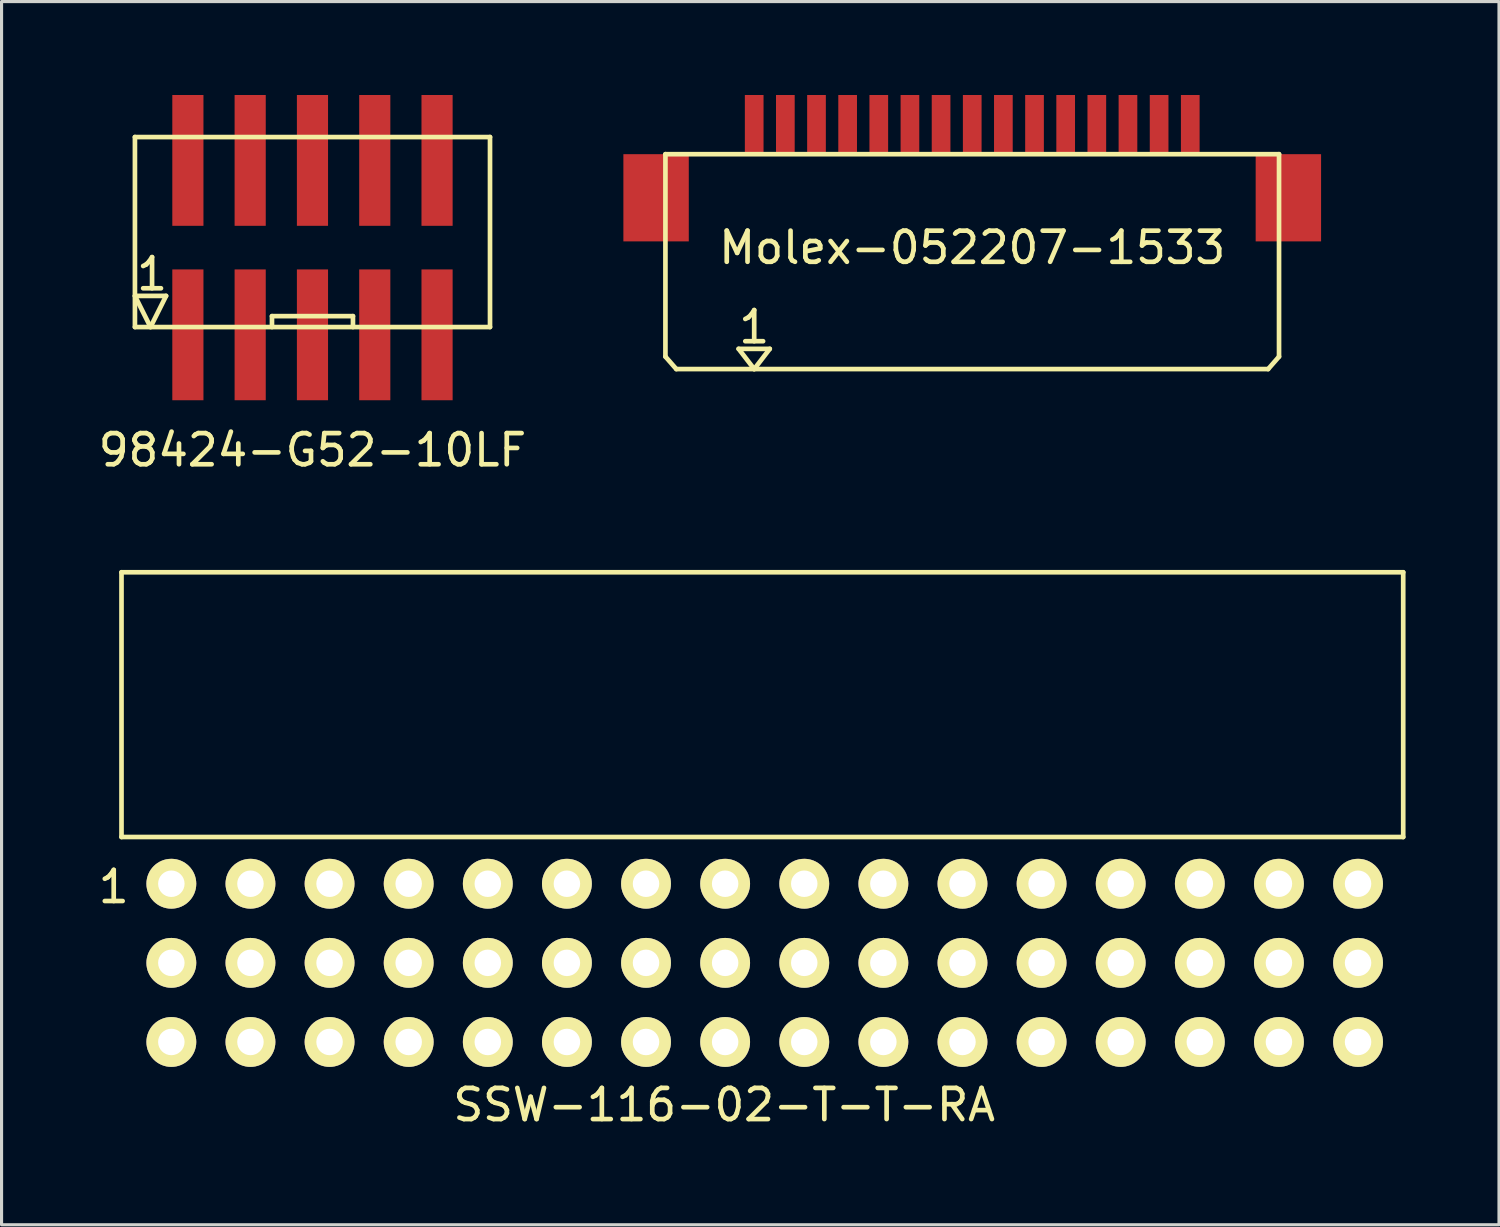
<source format=kicad_pcb>
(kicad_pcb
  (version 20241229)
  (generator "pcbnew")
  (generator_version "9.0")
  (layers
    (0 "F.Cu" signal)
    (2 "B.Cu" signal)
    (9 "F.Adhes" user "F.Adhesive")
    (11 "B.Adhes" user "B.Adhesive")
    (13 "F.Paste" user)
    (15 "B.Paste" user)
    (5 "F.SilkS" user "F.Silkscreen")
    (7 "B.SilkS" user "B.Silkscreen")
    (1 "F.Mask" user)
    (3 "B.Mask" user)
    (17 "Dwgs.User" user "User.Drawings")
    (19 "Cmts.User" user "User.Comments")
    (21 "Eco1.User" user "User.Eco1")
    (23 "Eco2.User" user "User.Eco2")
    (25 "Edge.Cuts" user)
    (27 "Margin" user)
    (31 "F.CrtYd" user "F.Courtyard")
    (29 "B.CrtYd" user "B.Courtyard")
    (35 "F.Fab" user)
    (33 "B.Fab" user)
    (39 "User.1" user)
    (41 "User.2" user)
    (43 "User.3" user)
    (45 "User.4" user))
  (footprint "SSW-116-02-T-T-RA"
    (layer "F.Cu")
    (at 20.201 27.923)
    (property "Reference" "SSW-116-02-T-T-RA" (at 0 4.5 0) (layer "F.SilkS") (effects (font (size 1 1) (thickness 0.15))))
    (attr through_hole)
    (fp_line (start -19.35 -12.6) (end 21.8 -12.6) (stroke (width 0.15) (type solid)) (layer "F.SilkS"))
    (fp_line (start -19.35 -4.1) (end -19.35 -12.6) (stroke (width 0.15) (type solid)) (layer "F.SilkS"))
    (fp_line (start -19.35 -4.1) (end 21.8 -4.1) (stroke (width 0.15) (type solid)) (layer "F.SilkS"))
    (fp_line (start 21.8 -4.1) (end 21.8 -12.6) (stroke (width 0.15) (type solid)) (layer "F.SilkS"))
    (fp_text user "1" (at -19.6 -2.5 0) (layer "F.SilkS") (effects (font (size 1 1) (thickness 0.15))))
    (pad "1" thru_hole circle (at -17.75 -2.6) (size 1.6 1.6) (drill 0.85) (layers "*.Cu" "*.Mask" "F.SilkS"))
    (pad "2" thru_hole circle (at -15.21 -2.6) (size 1.6 1.6) (drill 0.85) (layers "*.Cu" "*.Mask" "F.SilkS"))
    (pad "3" thru_hole circle (at -12.67 -2.6) (size 1.6 1.6) (drill 0.85) (layers "*.Cu" "*.Mask" "F.SilkS"))
    (pad "4" thru_hole circle (at -10.13 -2.6) (size 1.6 1.6) (drill 0.85) (layers "*.Cu" "*.Mask" "F.SilkS"))
    (pad "5" thru_hole circle (at -7.59 -2.6) (size 1.6 1.6) (drill 0.85) (layers "*.Cu" "*.Mask" "F.SilkS"))
    (pad "6" thru_hole circle (at -5.05 -2.6) (size 1.6 1.6) (drill 0.85) (layers "*.Cu" "*.Mask" "F.SilkS"))
    (pad "7" thru_hole circle (at -2.51 -2.6) (size 1.6 1.6) (drill 0.85) (layers "*.Cu" "*.Mask" "F.SilkS"))
    (pad "8" thru_hole circle (at 0.03 -2.6) (size 1.6 1.6) (drill 0.85) (layers "*.Cu" "*.Mask" "F.SilkS"))
    (pad "9" thru_hole circle (at 2.57 -2.6) (size 1.6 1.6) (drill 0.85) (layers "*.Cu" "*.Mask" "F.SilkS"))
    (pad "10" thru_hole circle (at 5.11 -2.6) (size 1.6 1.6) (drill 0.85) (layers "*.Cu" "*.Mask" "F.SilkS"))
    (pad "11" thru_hole circle (at 7.65 -2.6) (size 1.6 1.6) (drill 0.85) (layers "*.Cu" "*.Mask" "F.SilkS"))
    (pad "12" thru_hole circle (at 10.19 -2.6) (size 1.6 1.6) (drill 0.85) (layers "*.Cu" "*.Mask" "F.SilkS"))
    (pad "13" thru_hole circle (at 12.73 -2.6) (size 1.6 1.6) (drill 0.85) (layers "*.Cu" "*.Mask" "F.SilkS"))
    (pad "14" thru_hole circle (at 15.27 -2.6) (size 1.6 1.6) (drill 0.85) (layers "*.Cu" "*.Mask" "F.SilkS"))
    (pad "15" thru_hole circle (at 17.81 -2.6) (size 1.6 1.6) (drill 0.85) (layers "*.Cu" "*.Mask" "F.SilkS"))
    (pad "16" thru_hole circle (at 20.35 -2.6) (size 1.6 1.6) (drill 0.85) (layers "*.Cu" "*.Mask" "F.SilkS"))
    (pad "17" thru_hole circle (at -17.75 -0.06) (size 1.6 1.6) (drill 0.85) (layers "*.Cu" "*.Mask" "F.SilkS"))
    (pad "18" thru_hole circle (at -15.21 -0.06) (size 1.6 1.6) (drill 0.85) (layers "*.Cu" "*.Mask" "F.SilkS"))
    (pad "19" thru_hole circle (at -12.67 -0.06) (size 1.6 1.6) (drill 0.85) (layers "*.Cu" "*.Mask" "F.SilkS"))
    (pad "20" thru_hole circle (at -10.13 -0.06) (size 1.6 1.6) (drill 0.85) (layers "*.Cu" "*.Mask" "F.SilkS"))
    (pad "21" thru_hole circle (at -7.59 -0.06) (size 1.6 1.6) (drill 0.85) (layers "*.Cu" "*.Mask" "F.SilkS"))
    (pad "22" thru_hole circle (at -5.05 -0.06) (size 1.6 1.6) (drill 0.85) (layers "*.Cu" "*.Mask" "F.SilkS"))
    (pad "23" thru_hole circle (at -2.51 -0.06) (size 1.6 1.6) (drill 0.85) (layers "*.Cu" "*.Mask" "F.SilkS"))
    (pad "24" thru_hole circle (at 0.03 -0.06) (size 1.6 1.6) (drill 0.85) (layers "*.Cu" "*.Mask" "F.SilkS"))
    (pad "25" thru_hole circle (at 2.57 -0.06) (size 1.6 1.6) (drill 0.85) (layers "*.Cu" "*.Mask" "F.SilkS"))
    (pad "26" thru_hole circle (at 5.11 -0.06) (size 1.6 1.6) (drill 0.85) (layers "*.Cu" "*.Mask" "F.SilkS"))
    (pad "27" thru_hole circle (at 7.65 -0.06) (size 1.6 1.6) (drill 0.85) (layers "*.Cu" "*.Mask" "F.SilkS"))
    (pad "28" thru_hole circle (at 10.19 -0.06) (size 1.6 1.6) (drill 0.85) (layers "*.Cu" "*.Mask" "F.SilkS"))
    (pad "29" thru_hole circle (at 12.73 -0.06) (size 1.6 1.6) (drill 0.85) (layers "*.Cu" "*.Mask" "F.SilkS"))
    (pad "30" thru_hole circle (at 15.27 -0.06) (size 1.6 1.6) (drill 0.85) (layers "*.Cu" "*.Mask" "F.SilkS"))
    (pad "31" thru_hole circle (at 17.81 -0.06) (size 1.6 1.6) (drill 0.85) (layers "*.Cu" "*.Mask" "F.SilkS"))
    (pad "32" thru_hole circle (at 20.35 -0.06) (size 1.6 1.6) (drill 0.85) (layers "*.Cu" "*.Mask" "F.SilkS"))
    (pad "33" thru_hole circle (at -17.75 2.48) (size 1.6 1.6) (drill 0.85) (layers "*.Cu" "*.Mask" "F.SilkS"))
    (pad "34" thru_hole circle (at -15.21 2.48) (size 1.6 1.6) (drill 0.85) (layers "*.Cu" "*.Mask" "F.SilkS"))
    (pad "35" thru_hole circle (at -12.67 2.48) (size 1.6 1.6) (drill 0.85) (layers "*.Cu" "*.Mask" "F.SilkS"))
    (pad "36" thru_hole circle (at -10.13 2.48) (size 1.6 1.6) (drill 0.85) (layers "*.Cu" "*.Mask" "F.SilkS"))
    (pad "37" thru_hole circle (at -7.59 2.48) (size 1.6 1.6) (drill 0.85) (layers "*.Cu" "*.Mask" "F.SilkS"))
    (pad "38" thru_hole circle (at -5.05 2.48) (size 1.6 1.6) (drill 0.85) (layers "*.Cu" "*.Mask" "F.SilkS"))
    (pad "39" thru_hole circle (at -2.51 2.48) (size 1.6 1.6) (drill 0.85) (layers "*.Cu" "*.Mask" "F.SilkS"))
    (pad "40" thru_hole circle (at 0.03 2.48) (size 1.6 1.6) (drill 0.85) (layers "*.Cu" "*.Mask" "F.SilkS"))
    (pad "41" thru_hole circle (at 2.57 2.48) (size 1.6 1.6) (drill 0.85) (layers "*.Cu" "*.Mask" "F.SilkS"))
    (pad "42" thru_hole circle (at 5.11 2.48) (size 1.6 1.6) (drill 0.85) (layers "*.Cu" "*.Mask" "F.SilkS"))
    (pad "43" thru_hole circle (at 7.65 2.48) (size 1.6 1.6) (drill 0.85) (layers "*.Cu" "*.Mask" "F.SilkS"))
    (pad "44" thru_hole circle (at 10.19 2.48) (size 1.6 1.6) (drill 0.85) (layers "*.Cu" "*.Mask" "F.SilkS"))
    (pad "45" thru_hole circle (at 12.73 2.48) (size 1.6 1.6) (drill 0.85) (layers "*.Cu" "*.Mask" "F.SilkS"))
    (pad "46" thru_hole circle (at 15.27 2.48) (size 1.6 1.6) (drill 0.85) (layers "*.Cu" "*.Mask" "F.SilkS"))
    (pad "47" thru_hole circle (at 17.81 2.48) (size 1.6 1.6) (drill 0.85) (layers "*.Cu" "*.Mask" "F.SilkS"))
    (pad "48" thru_hole circle (at 20.35 2.48) (size 1.6 1.6) (drill 0.85) (layers "*.Cu" "*.Mask" "F.SilkS")))
  (footprint "Molex-052207-1533"
    (layer "F.Cu")
    (at 28.164 1.9)
    (property "Reference" "Molex-052207-1533" (at 0 3 0) (layer "F.SilkS") (effects (font (size 1 1) (thickness 0.15))))
    (attr through_hole)
    (fp_line (start -9.85 0) (end 9.85 0) (stroke (width 0.15) (type solid)) (layer "F.SilkS"))
    (fp_line (start -9.85 6.5) (end -9.85 0) (stroke (width 0.15) (type solid)) (layer "F.SilkS"))
    (fp_line (start -9.5 6.9) (end -9.85 6.5) (stroke (width 0.15) (type solid)) (layer "F.SilkS"))
    (fp_line (start -7.5 6.25) (end -6.5 6.25) (stroke (width 0.15) (type solid)) (layer "F.SilkS"))
    (fp_line (start -7 6.9) (end -7.5 6.25) (stroke (width 0.15) (type solid)) (layer "F.SilkS"))
    (fp_line (start -6.5 6.25) (end -7 6.9) (stroke (width 0.15) (type solid)) (layer "F.SilkS"))
    (fp_line (start 9.5 6.9) (end -9.5 6.9) (stroke (width 0.15) (type solid)) (layer "F.SilkS"))
    (fp_line (start 9.5 6.9) (end 9.85 6.5) (stroke (width 0.15) (type solid)) (layer "F.SilkS"))
    (fp_line (start 9.85 0) (end 9.85 6.5) (stroke (width 0.15) (type solid)) (layer "F.SilkS"))
    (fp_text user "1" (at -7 5.55 0) (layer "F.SilkS") (effects (font (size 1 1) (thickness 0.15))))
    (pad "1" smd rect (at -7 -0.95) (size 0.6 1.9) (layers "F.Cu" "F.Mask" "F.Paste"))
    (pad "2" smd rect (at -6 -0.95) (size 0.6 1.9) (layers "F.Cu" "F.Mask" "F.Paste"))
    (pad "3" smd rect (at -5 -0.95) (size 0.6 1.9) (layers "F.Cu" "F.Mask" "F.Paste"))
    (pad "4" smd rect (at -4 -0.95) (size 0.6 1.9) (layers "F.Cu" "F.Mask" "F.Paste"))
    (pad "5" smd rect (at -3 -0.95) (size 0.6 1.9) (layers "F.Cu" "F.Mask" "F.Paste"))
    (pad "6" smd rect (at -2 -0.95) (size 0.6 1.9) (layers "F.Cu" "F.Mask" "F.Paste"))
    (pad "7" smd rect (at -1 -0.95) (size 0.6 1.9) (layers "F.Cu" "F.Mask" "F.Paste"))
    (pad "8" smd rect (at 0 -0.95) (size 0.6 1.9) (layers "F.Cu" "F.Mask" "F.Paste"))
    (pad "9" smd rect (at 1 -0.95) (size 0.6 1.9) (layers "F.Cu" "F.Mask" "F.Paste"))
    (pad "10" smd rect (at 2 -0.95) (size 0.6 1.9) (layers "F.Cu" "F.Mask" "F.Paste"))
    (pad "11" smd rect (at 3 -0.95) (size 0.6 1.9) (layers "F.Cu" "F.Mask" "F.Paste"))
    (pad "12" smd rect (at 4 -0.95) (size 0.6 1.9) (layers "F.Cu" "F.Mask" "F.Paste"))
    (pad "13" smd rect (at 5 -0.95) (size 0.6 1.9) (layers "F.Cu" "F.Mask" "F.Paste"))
    (pad "14" smd rect (at 6 -0.95) (size 0.6 1.9) (layers "F.Cu" "F.Mask" "F.Paste"))
    (pad "15" smd rect (at 7 -0.95) (size 0.6 1.9) (layers "F.Cu" "F.Mask" "F.Paste"))
    (pad "~" smd rect (at -10.15 1.4) (size 2.1 2.8) (layers "F.Cu" "F.Mask" "F.Paste"))
    (pad "~" smd rect (at 10.15 1.4) (size 2.1 2.8) (layers "F.Cu" "F.Mask" "F.Paste")))
  (footprint "98424-G52-10LF"
    (layer "F.Cu")
    (at 6.982 4.9)
    (property "Reference" "98424-G52-10LF" (at 0 6.5 0) (layer "F.SilkS") (effects (font (size 1 1) (thickness 0.15))))
    (attr through_hole)
    (fp_line (start -5.7 -3.55) (end 5.7 -3.55) (stroke (width 0.15) (type solid)) (layer "F.SilkS"))
    (fp_line (start -5.7 1.55) (end -4.7 1.55) (stroke (width 0.15) (type solid)) (layer "F.SilkS"))
    (fp_line (start -5.7 2.55) (end -5.7 -3.55) (stroke (width 0.15) (type solid)) (layer "F.SilkS"))
    (fp_line (start -5.2 2.55) (end -5.7 1.55) (stroke (width 0.15) (type solid)) (layer "F.SilkS"))
    (fp_line (start -4.7 1.55) (end -5.2 2.55) (stroke (width 0.15) (type solid)) (layer "F.SilkS"))
    (fp_line (start -1.3 2.2) (end 1.3 2.2) (stroke (width 0.15) (type solid)) (layer "F.SilkS"))
    (fp_line (start -1.3 2.55) (end -1.3 2.2) (stroke (width 0.15) (type solid)) (layer "F.SilkS"))
    (fp_line (start 1.3 2.2) (end 1.3 2.55) (stroke (width 0.15) (type solid)) (layer "F.SilkS"))
    (fp_line (start 5.7 -3.55) (end 5.7 2.55) (stroke (width 0.15) (type solid)) (layer "F.SilkS"))
    (fp_line (start 5.7 2.55) (end -5.7 2.55) (stroke (width 0.15) (type solid)) (layer "F.SilkS"))
    (fp_text user "1" (at -5.15 0.85 0) (layer "F.SilkS") (effects (font (size 1 1) (thickness 0.15))))
    (pad "1" smd rect (at -4 2.8) (size 1 4.2) (layers "F.Cu" "F.Mask" "F.Paste"))
    (pad "2" smd rect (at -4 -2.8) (size 1 4.2) (layers "F.Cu" "F.Mask" "F.Paste"))
    (pad "3" smd rect (at -2 2.8) (size 1 4.2) (layers "F.Cu" "F.Mask" "F.Paste"))
    (pad "4" smd rect (at -2 -2.8) (size 1 4.2) (layers "F.Cu" "F.Mask" "F.Paste"))
    (pad "5" smd rect (at 0 2.8) (size 1 4.2) (layers "F.Cu" "F.Mask" "F.Paste"))
    (pad "6" smd rect (at 0 -2.8) (size 1 4.2) (layers "F.Cu" "F.Mask" "F.Paste"))
    (pad "7" smd rect (at 2 2.8) (size 1 4.2) (layers "F.Cu" "F.Mask" "F.Paste"))
    (pad "8" smd rect (at 2 -2.8) (size 1 4.2) (layers "F.Cu" "F.Mask" "F.Paste"))
    (pad "9" smd rect (at 4 2.8) (size 1 4.2) (layers "F.Cu" "F.Mask" "F.Paste"))
    (pad "10" smd rect (at 4 -2.8) (size 1 4.2) (layers "F.Cu" "F.Mask" "F.Paste")))
  (gr_rect
    (start -3 -3)
    (end 45.076 36.272)
    (stroke (width 0.1) (type default))
    (fill no)
    (layer "Edge.Cuts")))
</source>
